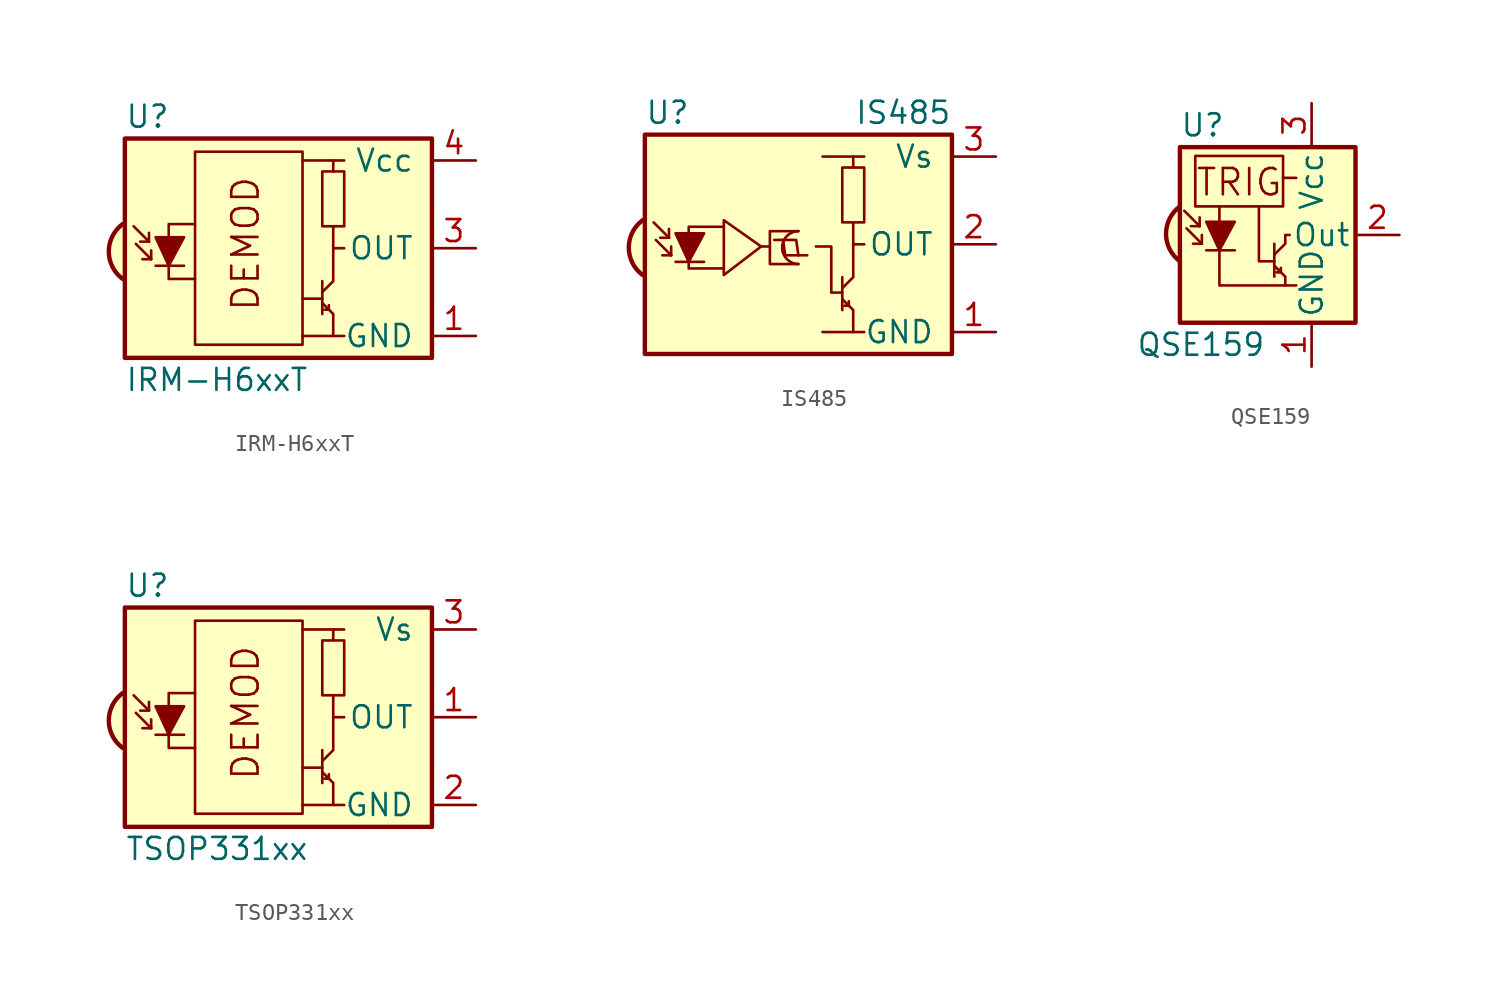
<source format=kicad_sym>
(kicad_symbol_lib
  (version 20241209)
  (generator "kicad_symbol_editor")
  (generator_version "9.0")
  (symbol "IRM-H6xxT"
    (pin_names
      (offset 1.016))
    (property "Reference" "U"
      (at -10.16 7.62 0)
      (effects (font (size 1.27 1.27)) (justify left)))
    (property "Value" "IRM-H6xxT"
      (at -10.16 -7.62 0)
      (effects (font (size 1.27 1.27)) (justify left)))
    (symbol "IRM-H6xxT_0_0"
      (arc (start -10.287 -1.778) (mid -11.0899 -0.1905) (end -10.287 1.397) (stroke (width 0.254) (type default)) (fill (type background)))
      (polyline (pts (xy 1.905 5.08) (xy 0.127 5.08)) (stroke (width 0) (type default)) (fill (type none)))
      (polyline (pts (xy 1.905 -5.08) (xy 0.127 -5.08)) (stroke (width 0) (type default)) (fill (type none)))
      (text "DEMOD" (at -3.175 0.254 900) (effects (font (size 1.524 1.524)))))
    (symbol "IRM-H6xxT_0_1"
      (polyline (pts (xy -8.763 0.381) (xy -9.652 1.27)) (stroke (width 0) (type default)) (fill (type none)))
      (polyline (pts (xy -8.763 0.381) (xy -9.271 0.381)) (stroke (width 0) (type default)) (fill (type none)))
      (polyline (pts (xy -8.763 0.381) (xy -8.763 0.889)) (stroke (width 0) (type default)) (fill (type none)))
      (polyline (pts (xy -8.636 -0.635) (xy -9.525 0.254)) (stroke (width 0) (type default)) (fill (type none)))
      (polyline (pts (xy -8.636 -0.635) (xy -9.144 -0.635)) (stroke (width 0) (type default)) (fill (type none)))
      (polyline (pts (xy -8.636 -0.635) (xy -8.636 -0.127)) (stroke (width 0) (type default)) (fill (type none)))
      (polyline (pts (xy -8.382 0.635) (xy -6.731 0.635) (xy -7.62 -1.016) (xy -8.382 0.635)) (stroke (width 0) (type default)) (fill (type outline)))
      (polyline (pts (xy -8.382 -1.016) (xy -6.731 -1.016)) (stroke (width 0) (type default)) (fill (type none)))
      (rectangle (start -6.096 5.588) (end 0.127 -5.588) (stroke (width 0) (type default)) (fill (type none)))
      (polyline (pts (xy -6.096 1.397) (xy -7.62 1.397) (xy -7.62 -1.778) (xy -6.096 -1.778)) (stroke (width 0) (type default)) (fill (type none)))
      (polyline (pts (xy 1.27 -1.905) (xy 1.27 -3.81)) (stroke (width 0) (type default)) (fill (type none)))
      (polyline (pts (xy 1.27 -2.54) (xy 1.905 -1.905) (xy 1.905 0) (xy 2.54 0)) (stroke (width 0) (type default)) (fill (type none)))
      (polyline (pts (xy 1.27 -2.921) (xy 0.127 -2.921)) (stroke (width 0) (type default)) (fill (type none)))
      (polyline (pts (xy 1.27 -3.175) (xy 1.905 -3.81) (xy 1.905 -5.08) (xy 2.54 -5.08)) (stroke (width 0) (type default)) (fill (type none)))
      (polyline (pts (xy 1.397 -3.556) (xy 1.524 -3.556)) (stroke (width 0) (type default)) (fill (type none)))
      (polyline (pts (xy 1.651 -3.556) (xy 1.524 -3.556)) (stroke (width 0) (type default)) (fill (type none)))
      (polyline (pts (xy 1.651 -3.556) (xy 1.651 -3.302)) (stroke (width 0) (type default)) (fill (type none)))
      (polyline (pts (xy 1.905 4.445) (xy 1.905 5.08) (xy 2.54 5.08)) (stroke (width 0) (type default)) (fill (type none)))
      (polyline (pts (xy 1.905 0) (xy 1.905 1.27)) (stroke (width 0) (type default)) (fill (type none)))
      (rectangle (start 2.54 1.27) (end 1.27 4.445) (stroke (width 0) (type default)) (fill (type none)))
      (rectangle (start 7.62 6.35) (end -10.16 -6.35) (stroke (width 0.254) (type default)) (fill (type background))))
    (symbol "IRM-H6xxT_1_1"
      (pin power_in line (at 10.16 5.08 180) (length 2.54) (name "Vcc" (effects (font (size 1.27 1.27)))) (number "4" (effects (font (size 1.27 1.27)))))
      (pin output line (at 10.16 0 180) (length 2.54) (name "OUT" (effects (font (size 1.27 1.27)))) (number "3" (effects (font (size 1.27 1.27)))))
      (pin power_in line (at 10.16 -5.08 180) (length 2.54) (name "GND" (effects (font (size 1.27 1.27)))) (number "1" (effects (font (size 1.27 1.27)))))
      (pin passive line (at 10.16 -5.08 180) (length 2.54) (hide yes) (name "GND" (effects (font (size 1.27 1.27)))) (number "2" (effects (font (size 1.27 1.27)))))))
  (symbol "IS485"
    (pin_names
      (offset 1.016))
    (property "Reference" "U"
      (at -10.16 7.62 0)
      (effects (font (size 1.27 1.27)) (justify left)))
    (property "Value" "IS485"
      (at 7.62 7.62 0)
      (effects (font (size 1.27 1.27)) (justify right)))
    (symbol "IS485_0_0"
      (arc (start -10.287 -1.778) (mid -11.0899 -0.1905) (end -10.287 1.397) (stroke (width 0.254) (type default)) (fill (type background)))
      (polyline (pts (xy 1.905 5.08) (xy 0.127 5.08)) (stroke (width 0) (type default)) (fill (type none)))
      (polyline (pts (xy 1.905 -5.08) (xy 0.127 -5.08)) (stroke (width 0) (type default)) (fill (type none))))
    (symbol "IS485_0_1"
      (polyline (pts (xy -8.763 0.381) (xy -9.652 1.27)) (stroke (width 0) (type default)) (fill (type none)))
      (polyline (pts (xy -8.763 0.381) (xy -9.271 0.381)) (stroke (width 0) (type default)) (fill (type none)))
      (polyline (pts (xy -8.763 0.381) (xy -8.763 0.889)) (stroke (width 0) (type default)) (fill (type none)))
      (polyline (pts (xy -8.636 -0.635) (xy -9.525 0.254)) (stroke (width 0) (type default)) (fill (type none)))
      (polyline (pts (xy -8.636 -0.635) (xy -9.144 -0.635)) (stroke (width 0) (type default)) (fill (type none)))
      (polyline (pts (xy -8.636 -0.635) (xy -8.636 -0.127)) (stroke (width 0) (type default)) (fill (type none)))
      (polyline (pts (xy -8.382 0.635) (xy -6.731 0.635) (xy -7.62 -1.016) (xy -8.382 0.635)) (stroke (width 0) (type default)) (fill (type outline)))
      (polyline (pts (xy -8.382 -1.016) (xy -6.731 -1.016)) (stroke (width 0) (type default)) (fill (type none)))
      (polyline (pts (xy -5.588 -1.397) (xy -7.62 -1.397) (xy -7.62 1.016) (xy -5.588 1.016)) (stroke (width 0) (type default)) (fill (type none)))
      (polyline (pts (xy -3.429 -0.127) (xy -2.921 -0.127)) (stroke (width 0) (type default)) (fill (type none)))
      (polyline (pts (xy -3.429 -0.127) (xy -5.588 1.397) (xy -5.588 -1.778) (xy -3.429 -0.127)) (stroke (width 0) (type default)) (fill (type none)))
      (polyline (pts (xy -2.667 0.254) (xy -1.397 0.254) (xy -1.27 -0.635)) (stroke (width 0) (type default)) (fill (type none)))
      (polyline (pts (xy -1.27 0.762) (xy -2.921 0.762) (xy -2.921 -1.143) (xy -1.27 -1.143)) (stroke (width 0) (type default)) (fill (type none)))
      (arc (start -1.27 -1.143) (mid -2.2099 -0.1905) (end -1.27 0.762) (stroke (width 0) (type default)) (fill (type none)))
      (polyline (pts (xy -0.762 -0.635) (xy -2.032 -0.635) (xy -2.159 0.254)) (stroke (width 0) (type default)) (fill (type none)))
      (polyline (pts (xy 1.27 -1.905) (xy 1.27 -3.81)) (stroke (width 0) (type default)) (fill (type none)))
      (polyline (pts (xy 1.27 -2.54) (xy 1.905 -1.905) (xy 1.905 0) (xy 2.54 0)) (stroke (width 0) (type default)) (fill (type none)))
      (polyline (pts (xy 1.27 -2.794) (xy 0.635 -2.794) (xy 0.635 -0.127) (xy -0.254 -0.127)) (stroke (width 0) (type default)) (fill (type none)))
      (polyline (pts (xy 1.27 -3.175) (xy 1.905 -3.81) (xy 1.905 -5.08) (xy 2.54 -5.08)) (stroke (width 0) (type default)) (fill (type none)))
      (polyline (pts (xy 1.397 -3.556) (xy 1.524 -3.556)) (stroke (width 0) (type default)) (fill (type none)))
      (polyline (pts (xy 1.651 -3.556) (xy 1.524 -3.556)) (stroke (width 0) (type default)) (fill (type none)))
      (polyline (pts (xy 1.651 -3.556) (xy 1.651 -3.302)) (stroke (width 0) (type default)) (fill (type none)))
      (polyline (pts (xy 1.905 4.445) (xy 1.905 5.08) (xy 2.54 5.08)) (stroke (width 0) (type default)) (fill (type none)))
      (polyline (pts (xy 1.905 0) (xy 1.905 1.27)) (stroke (width 0) (type default)) (fill (type none)))
      (rectangle (start 2.54 1.27) (end 1.27 4.445) (stroke (width 0) (type default)) (fill (type none)))
      (rectangle (start 7.62 6.35) (end -10.16 -6.35) (stroke (width 0.254) (type default)) (fill (type background))))
    (symbol "IS485_1_1"
      (pin power_in line (at 10.16 5.08 180) (length 2.54) (name "Vs" (effects (font (size 1.27 1.27)))) (number "3" (effects (font (size 1.27 1.27)))))
      (pin output line (at 10.16 0 180) (length 2.54) (name "OUT" (effects (font (size 1.27 1.27)))) (number "2" (effects (font (size 1.27 1.27)))))
      (pin power_in line (at 10.16 -5.08 180) (length 2.54) (name "GND" (effects (font (size 1.27 1.27)))) (number "1" (effects (font (size 1.27 1.27)))))))
  (symbol "QSE159"
    (pin_names
      (offset 0.254))
    (property "Reference" "U"
      (at -5.08 6.35 0)
      (effects (font (size 1.27 1.27)) (justify left)))
    (property "Value" "QSE159"
      (at -7.62 -6.35 0)
      (effects (font (size 1.27 1.27)) (justify left)))
    (symbol "QSE159_0_0"
      (arc (start -5.08 -1.524) (mid -5.8829 0.0635) (end -5.08 1.651) (stroke (width 0.254) (type default)) (fill (type background)))
      (polyline (pts (xy 0.381 -1.143) (xy 1.016 -0.508) (xy 1.016 0) (xy 1.27 0)) (stroke (width 0) (type default)) (fill (type none)))
      (polyline (pts (xy 0.381 -1.524) (xy -0.508 -1.524) (xy -0.508 1.651)) (stroke (width 0) (type default)) (fill (type none)))
      (polyline (pts (xy 0.381 -1.778) (xy 1.016 -2.413) (xy 1.016 -2.921)) (stroke (width 0) (type default)) (fill (type none)))
      (rectangle (start 0.889 4.572) (end -4.191 1.651) (stroke (width 0) (type default)) (fill (type none)))
      (polyline (pts (xy 0.889 3.302) (xy 1.651 3.302)) (stroke (width 0) (type default)) (fill (type none)))
      (polyline (pts (xy 1.651 -2.921) (xy -2.794 -2.921) (xy -2.794 1.651)) (stroke (width 0) (type default)) (fill (type none)))
      (rectangle (start 5.08 5.08) (end -5.08 -5.08) (stroke (width 0.254) (type default)) (fill (type background)))
      (text "TRIG" (at -1.651 3.048 0) (effects (font (size 1.524 1.524)))))
    (symbol "QSE159_0_1"
      (polyline (pts (xy -3.937 0.508) (xy -4.826 1.397)) (stroke (width 0) (type default)) (fill (type none)))
      (polyline (pts (xy -3.937 0.508) (xy -4.445 0.508)) (stroke (width 0) (type default)) (fill (type none)))
      (polyline (pts (xy -3.937 0.508) (xy -3.937 1.016)) (stroke (width 0) (type default)) (fill (type none)))
      (polyline (pts (xy -3.81 -0.508) (xy -4.699 0.381)) (stroke (width 0) (type default)) (fill (type none)))
      (polyline (pts (xy -3.81 -0.508) (xy -4.318 -0.508)) (stroke (width 0) (type default)) (fill (type none)))
      (polyline (pts (xy -3.81 -0.508) (xy -3.81 0)) (stroke (width 0) (type default)) (fill (type none)))
      (polyline (pts (xy -3.556 0.762) (xy -1.905 0.762) (xy -2.794 -0.889) (xy -3.556 0.762)) (stroke (width 0) (type default)) (fill (type outline)))
      (polyline (pts (xy -3.556 -0.889) (xy -1.905 -0.889)) (stroke (width 0) (type default)) (fill (type none)))
      (polyline (pts (xy 0.381 -0.508) (xy 0.381 -2.413)) (stroke (width 0) (type default)) (fill (type none)))
      (polyline (pts (xy 0.508 -2.159) (xy 0.635 -2.159)) (stroke (width 0) (type default)) (fill (type none)))
      (polyline (pts (xy 0.762 -2.159) (xy 0.635 -2.159)) (stroke (width 0) (type default)) (fill (type none)))
      (polyline (pts (xy 0.762 -2.159) (xy 0.762 -1.905)) (stroke (width 0) (type default)) (fill (type none))))
    (symbol "QSE159_1_1"
      (pin power_in line (at 2.54 7.62 270) (length 2.54) (name "Vcc" (effects (font (size 1.27 1.27)))) (number "3" (effects (font (size 1.27 1.27)))))
      (pin power_in line (at 2.54 -7.62 90) (length 2.54) (name "GND" (effects (font (size 1.27 1.27)))) (number "1" (effects (font (size 1.27 1.27)))))
      (pin output line (at 7.62 0 180) (length 2.54) (name "Out" (effects (font (size 1.27 1.27)))) (number "2" (effects (font (size 1.27 1.27)))))))
  (symbol "TSOP331xx"
    (pin_names
      (offset 1.016))
    (property "Reference" "U"
      (at -10.16 7.62 0)
      (effects (font (size 1.27 1.27)) (justify left)))
    (property "Value" "TSOP331xx"
      (at -10.16 -7.62 0)
      (effects (font (size 1.27 1.27)) (justify left)))
    (symbol "TSOP331xx_0_0"
      (arc (start -10.287 -1.778) (mid -11.0899 -0.1905) (end -10.287 1.397) (stroke (width 0.254) (type default)) (fill (type background)))
      (polyline (pts (xy 1.905 5.08) (xy 0.127 5.08)) (stroke (width 0) (type default)) (fill (type none)))
      (polyline (pts (xy 1.905 -5.08) (xy 0.127 -5.08)) (stroke (width 0) (type default)) (fill (type none)))
      (text "DEMOD" (at -3.175 0.254 900) (effects (font (size 1.524 1.524)))))
    (symbol "TSOP331xx_0_1"
      (polyline (pts (xy -8.763 0.381) (xy -9.652 1.27)) (stroke (width 0) (type default)) (fill (type none)))
      (polyline (pts (xy -8.763 0.381) (xy -9.271 0.381)) (stroke (width 0) (type default)) (fill (type none)))
      (polyline (pts (xy -8.763 0.381) (xy -8.763 0.889)) (stroke (width 0) (type default)) (fill (type none)))
      (polyline (pts (xy -8.636 -0.635) (xy -9.525 0.254)) (stroke (width 0) (type default)) (fill (type none)))
      (polyline (pts (xy -8.636 -0.635) (xy -9.144 -0.635)) (stroke (width 0) (type default)) (fill (type none)))
      (polyline (pts (xy -8.636 -0.635) (xy -8.636 -0.127)) (stroke (width 0) (type default)) (fill (type none)))
      (polyline (pts (xy -8.382 0.635) (xy -6.731 0.635) (xy -7.62 -1.016) (xy -8.382 0.635)) (stroke (width 0) (type default)) (fill (type outline)))
      (polyline (pts (xy -8.382 -1.016) (xy -6.731 -1.016)) (stroke (width 0) (type default)) (fill (type none)))
      (rectangle (start -6.096 5.588) (end 0.127 -5.588) (stroke (width 0) (type default)) (fill (type none)))
      (polyline (pts (xy -6.096 1.397) (xy -7.62 1.397) (xy -7.62 -1.778) (xy -6.096 -1.778)) (stroke (width 0) (type default)) (fill (type none)))
      (polyline (pts (xy 1.27 -1.905) (xy 1.27 -3.81)) (stroke (width 0) (type default)) (fill (type none)))
      (polyline (pts (xy 1.27 -2.54) (xy 1.905 -1.905) (xy 1.905 0) (xy 2.54 0)) (stroke (width 0) (type default)) (fill (type none)))
      (polyline (pts (xy 1.27 -2.921) (xy 0.127 -2.921)) (stroke (width 0) (type default)) (fill (type none)))
      (polyline (pts (xy 1.27 -3.175) (xy 1.905 -3.81) (xy 1.905 -5.08) (xy 2.54 -5.08)) (stroke (width 0) (type default)) (fill (type none)))
      (polyline (pts (xy 1.397 -3.556) (xy 1.524 -3.556)) (stroke (width 0) (type default)) (fill (type none)))
      (polyline (pts (xy 1.651 -3.556) (xy 1.524 -3.556)) (stroke (width 0) (type default)) (fill (type none)))
      (polyline (pts (xy 1.651 -3.556) (xy 1.651 -3.302)) (stroke (width 0) (type default)) (fill (type none)))
      (polyline (pts (xy 1.905 4.445) (xy 1.905 5.08) (xy 2.54 5.08)) (stroke (width 0) (type default)) (fill (type none)))
      (polyline (pts (xy 1.905 0) (xy 1.905 1.27)) (stroke (width 0) (type default)) (fill (type none)))
      (rectangle (start 2.54 1.27) (end 1.27 4.445) (stroke (width 0) (type default)) (fill (type none)))
      (rectangle (start 7.62 6.35) (end -10.16 -6.35) (stroke (width 0.254) (type default)) (fill (type background))))
    (symbol "TSOP331xx_1_1"
      (pin power_in line (at 10.16 5.08 180) (length 2.54) (name "Vs" (effects (font (size 1.27 1.27)))) (number "3" (effects (font (size 1.27 1.27)))))
      (pin output line (at 10.16 0 180) (length 2.54) (name "OUT" (effects (font (size 1.27 1.27)))) (number "1" (effects (font (size 1.27 1.27)))))
      (pin power_in line (at 10.16 -5.08 180) (length 2.54) (name "GND" (effects (font (size 1.27 1.27)))) (number "2" (effects (font (size 1.27 1.27))))))))
</source>
